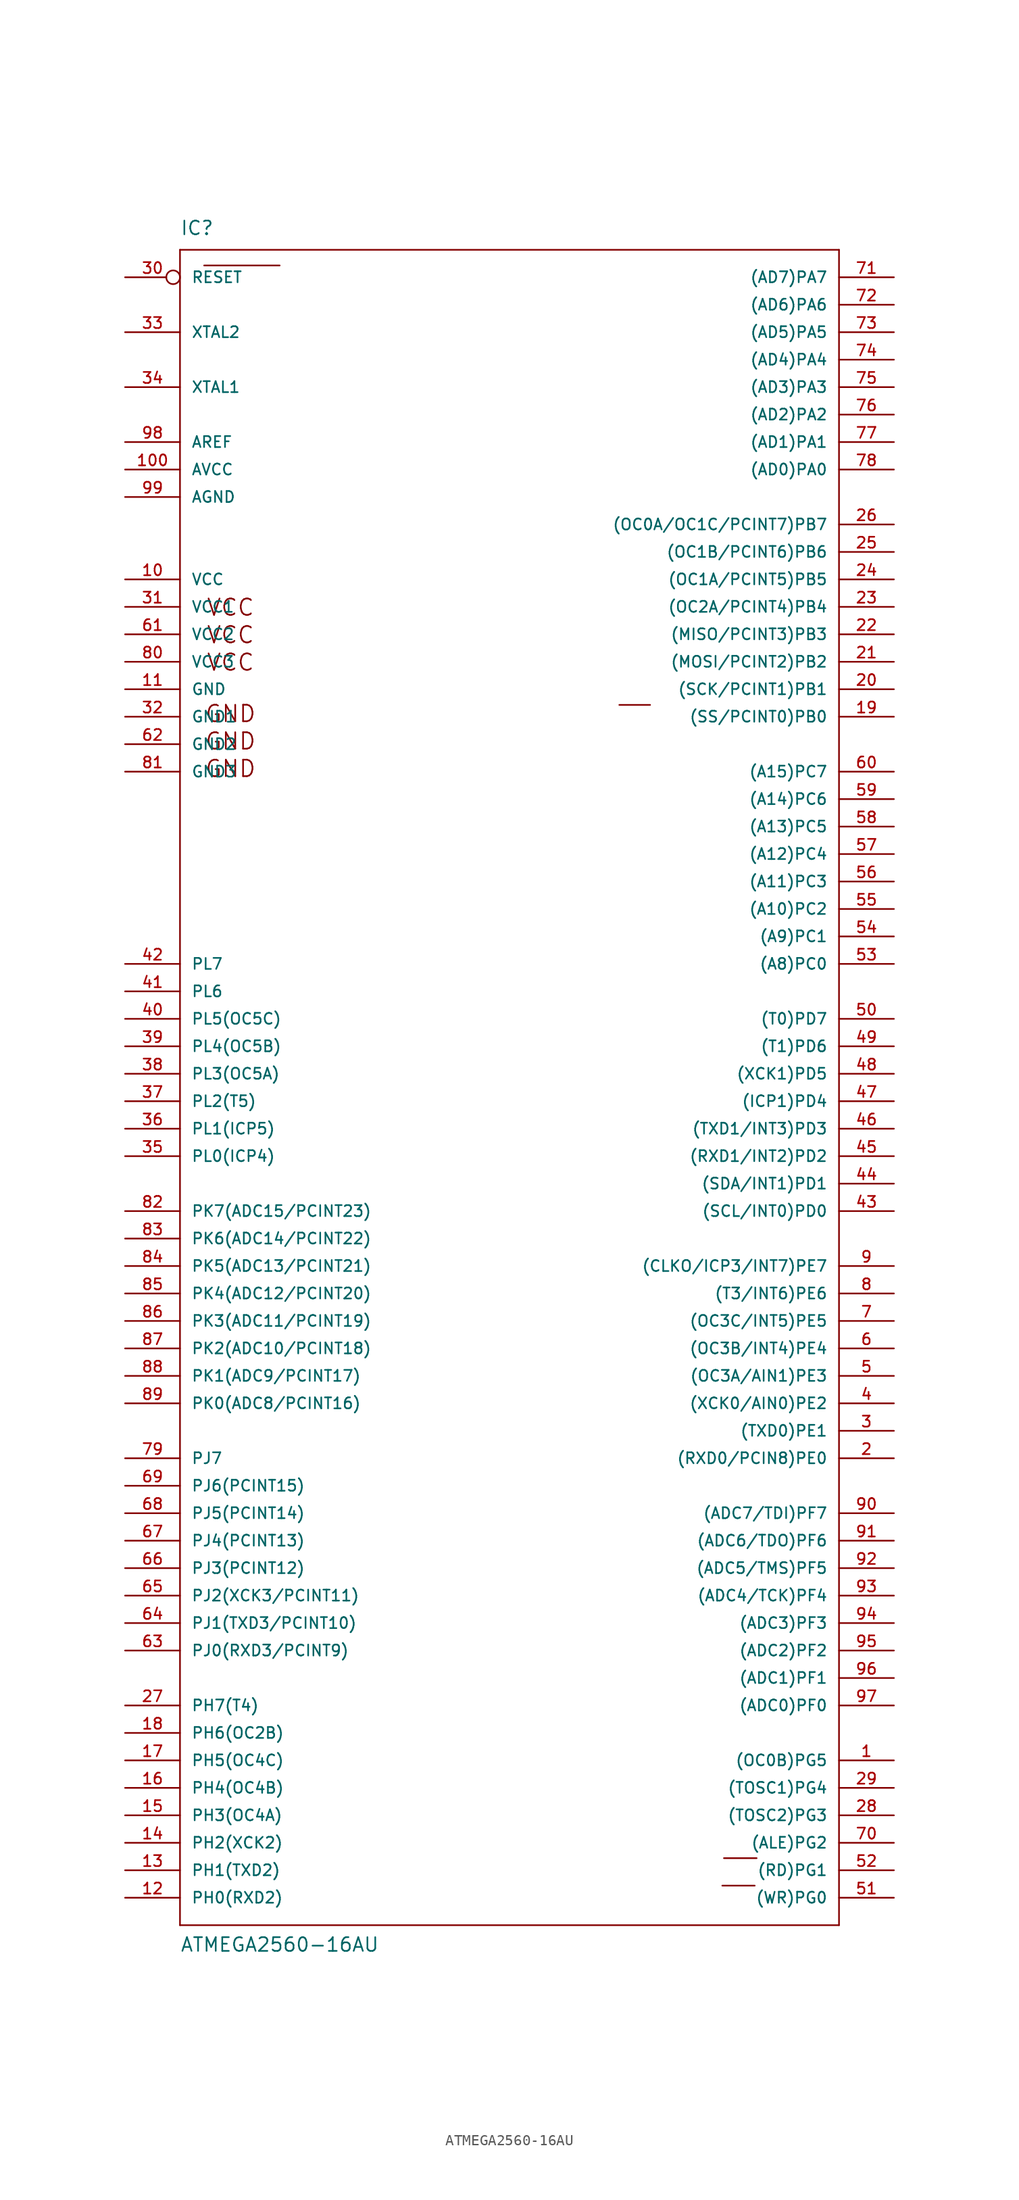
<source format=kicad_sym>
(kicad_symbol_lib
  (version 20220914)
  (generator kicad_symbol_editor)
  (symbol "ATMEGA2560-16AU"
    (pin_names
      (offset 1.016))
    (property "Reference" "IC"
      (at -30.48 80.01 0)
      (effects (font (size 1.27 1.27)) (justify left bottom)))
    (property "Value" "ATMEGA2560-16AU"
      (at -30.48 -78.74 0)
      (effects (font (size 1.27 1.27)) (justify left bottom)))
    (property "Datasheet" ""
      (at 0 0 0)
      (effects (font (size 1.524 1.524))))
    (property "ki_locked" ""
      (at 0 0 0)
      (effects (font (size 1.27 1.27))))
    (symbol "ATMEGA2560-16AU_1_0"
      (polyline (pts (xy -30.48 -76.2) (xy -30.48 78.74)) (stroke (width 0) (type solid)) (fill (type none)))
      (polyline (pts (xy -30.48 78.74) (xy 30.48 78.74)) (stroke (width 0) (type solid)) (fill (type none)))
      (polyline (pts (xy -28.245 77.292) (xy -21.26 77.292)) (stroke (width 0) (type solid)) (fill (type none)))
      (polyline (pts (xy 10.16 36.652) (xy 13.005 36.652)) (stroke (width 0) (type solid)) (fill (type none)))
      (polyline (pts (xy 19.685 -72.542) (xy 22.682 -72.542)) (stroke (width 0) (type solid)) (fill (type none)))
      (polyline (pts (xy 19.837 -70.002) (xy 22.86 -70.002)) (stroke (width 0) (type solid)) (fill (type none)))
      (polyline (pts (xy 30.48 -76.2) (xy -30.48 -76.2)) (stroke (width 0) (type solid)) (fill (type none)))
      (polyline (pts (xy 30.48 78.74) (xy 30.48 -76.2)) (stroke (width 0) (type solid)) (fill (type none)))
      (text "GND" (at -25.806 30.759 0) (effects (font (size 1.524 1.524))))
      (text "GND" (at -25.806 33.299 0) (effects (font (size 1.524 1.524))))
      (text "GND" (at -25.806 35.839 0) (effects (font (size 1.524 1.524))))
      (text "VCC" (at -25.806 40.589 0) (effects (font (size 1.524 1.524))))
      (text "VCC" (at -25.806 43.129 0) (effects (font (size 1.524 1.524))))
      (text "VCC" (at -25.806 45.669 0) (effects (font (size 1.524 1.524)))))
    (symbol "ATMEGA2560-16AU_1_1"
      (pin bidirectional line (at 35.56 -60.96 180) (length 5.08) (name "(OC0B)PG5" (effects (font (size 1.016 1.016)))) (number "1" (effects (font (size 1.016 1.016)))))
      (pin power_in line (at -35.56 48.26 0) (length 5.08) (name "VCC" (effects (font (size 1.016 1.016)))) (number "10" (effects (font (size 1.016 1.016)))))
      (pin power_in line (at -35.56 58.42 0) (length 5.08) (name "AVCC" (effects (font (size 1.016 1.016)))) (number "100" (effects (font (size 1.016 1.016)))))
      (pin power_in line (at -35.56 38.1 0) (length 5.08) (name "GND" (effects (font (size 1.016 1.016)))) (number "11" (effects (font (size 1.016 1.016)))))
      (pin bidirectional line (at -35.56 -73.66 0) (length 5.08) (name "PH0(RXD2)" (effects (font (size 1.016 1.016)))) (number "12" (effects (font (size 1.016 1.016)))))
      (pin bidirectional line (at -35.56 -71.12 0) (length 5.08) (name "PH1(TXD2)" (effects (font (size 1.016 1.016)))) (number "13" (effects (font (size 1.016 1.016)))))
      (pin bidirectional line (at -35.56 -68.58 0) (length 5.08) (name "PH2(XCK2)" (effects (font (size 1.016 1.016)))) (number "14" (effects (font (size 1.016 1.016)))))
      (pin bidirectional line (at -35.56 -66.04 0) (length 5.08) (name "PH3(OC4A)" (effects (font (size 1.016 1.016)))) (number "15" (effects (font (size 1.016 1.016)))))
      (pin bidirectional line (at -35.56 -63.5 0) (length 5.08) (name "PH4(OC4B)" (effects (font (size 1.016 1.016)))) (number "16" (effects (font (size 1.016 1.016)))))
      (pin bidirectional line (at -35.56 -60.96 0) (length 5.08) (name "PH5(OC4C)" (effects (font (size 1.016 1.016)))) (number "17" (effects (font (size 1.016 1.016)))))
      (pin bidirectional line (at -35.56 -58.42 0) (length 5.08) (name "PH6(OC2B)" (effects (font (size 1.016 1.016)))) (number "18" (effects (font (size 1.016 1.016)))))
      (pin bidirectional line (at 35.56 35.56 180) (length 5.08) (name "(SS/PCINT0)PB0" (effects (font (size 1.016 1.016)))) (number "19" (effects (font (size 1.016 1.016)))))
      (pin bidirectional line (at 35.56 -33.02 180) (length 5.08) (name "(RXD0/PCIN8)PE0" (effects (font (size 1.016 1.016)))) (number "2" (effects (font (size 1.016 1.016)))))
      (pin bidirectional line (at 35.56 38.1 180) (length 5.08) (name "(SCK/PCINT1)PB1" (effects (font (size 1.016 1.016)))) (number "20" (effects (font (size 1.016 1.016)))))
      (pin bidirectional line (at 35.56 40.64 180) (length 5.08) (name "(MOSI/PCINT2)PB2" (effects (font (size 1.016 1.016)))) (number "21" (effects (font (size 1.016 1.016)))))
      (pin bidirectional line (at 35.56 43.18 180) (length 5.08) (name "(MISO/PCINT3)PB3" (effects (font (size 1.016 1.016)))) (number "22" (effects (font (size 1.016 1.016)))))
      (pin bidirectional line (at 35.56 45.72 180) (length 5.08) (name "(OC2A/PCINT4)PB4" (effects (font (size 1.016 1.016)))) (number "23" (effects (font (size 1.016 1.016)))))
      (pin bidirectional line (at 35.56 48.26 180) (length 5.08) (name "(OC1A/PCINT5)PB5" (effects (font (size 1.016 1.016)))) (number "24" (effects (font (size 1.016 1.016)))))
      (pin bidirectional line (at 35.56 50.8 180) (length 5.08) (name "(OC1B/PCINT6)PB6" (effects (font (size 1.016 1.016)))) (number "25" (effects (font (size 1.016 1.016)))))
      (pin bidirectional line (at 35.56 53.34 180) (length 5.08) (name "(OC0A/OC1C/PCINT7)PB7" (effects (font (size 1.016 1.016)))) (number "26" (effects (font (size 1.016 1.016)))))
      (pin bidirectional line (at -35.56 -55.88 0) (length 5.08) (name "PH7(T4)" (effects (font (size 1.016 1.016)))) (number "27" (effects (font (size 1.016 1.016)))))
      (pin bidirectional line (at 35.56 -66.04 180) (length 5.08) (name "(TOSC2)PG3" (effects (font (size 1.016 1.016)))) (number "28" (effects (font (size 1.016 1.016)))))
      (pin bidirectional line (at 35.56 -63.5 180) (length 5.08) (name "(TOSC1)PG4" (effects (font (size 1.016 1.016)))) (number "29" (effects (font (size 1.016 1.016)))))
      (pin bidirectional line (at 35.56 -30.48 180) (length 5.08) (name "(TXD0)PE1" (effects (font (size 1.016 1.016)))) (number "3" (effects (font (size 1.016 1.016)))))
      (pin input inverted (at -35.56 76.2 0) (length 5.08) (name "RESET" (effects (font (size 1.016 1.016)))) (number "30" (effects (font (size 1.016 1.016)))))
      (pin power_in line (at -35.56 45.72 0) (length 5.08) (name "VCC1" (effects (font (size 1.016 1.016)))) (number "31" (effects (font (size 1.016 1.016)))))
      (pin power_in line (at -35.56 35.56 0) (length 5.08) (name "GND1" (effects (font (size 1.016 1.016)))) (number "32" (effects (font (size 1.016 1.016)))))
      (pin output line (at -35.56 71.12 0) (length 5.08) (name "XTAL2" (effects (font (size 1.016 1.016)))) (number "33" (effects (font (size 1.016 1.016)))))
      (pin input line (at -35.56 66.04 0) (length 5.08) (name "XTAL1" (effects (font (size 1.016 1.016)))) (number "34" (effects (font (size 1.016 1.016)))))
      (pin bidirectional line (at -35.56 -5.08 0) (length 5.08) (name "PL0(ICP4)" (effects (font (size 1.016 1.016)))) (number "35" (effects (font (size 1.016 1.016)))))
      (pin bidirectional line (at -35.56 -2.54 0) (length 5.08) (name "PL1(ICP5)" (effects (font (size 1.016 1.016)))) (number "36" (effects (font (size 1.016 1.016)))))
      (pin bidirectional line (at -35.56 0 0) (length 5.08) (name "PL2(T5)" (effects (font (size 1.016 1.016)))) (number "37" (effects (font (size 1.016 1.016)))))
      (pin bidirectional line (at -35.56 2.54 0) (length 5.08) (name "PL3(OC5A)" (effects (font (size 1.016 1.016)))) (number "38" (effects (font (size 1.016 1.016)))))
      (pin bidirectional line (at -35.56 5.08 0) (length 5.08) (name "PL4(OC5B)" (effects (font (size 1.016 1.016)))) (number "39" (effects (font (size 1.016 1.016)))))
      (pin bidirectional line (at 35.56 -27.94 180) (length 5.08) (name "(XCK0/AIN0)PE2" (effects (font (size 1.016 1.016)))) (number "4" (effects (font (size 1.016 1.016)))))
      (pin bidirectional line (at -35.56 7.62 0) (length 5.08) (name "PL5(OC5C)" (effects (font (size 1.016 1.016)))) (number "40" (effects (font (size 1.016 1.016)))))
      (pin bidirectional line (at -35.56 10.16 0) (length 5.08) (name "PL6" (effects (font (size 1.016 1.016)))) (number "41" (effects (font (size 1.016 1.016)))))
      (pin bidirectional line (at -35.56 12.7 0) (length 5.08) (name "PL7" (effects (font (size 1.016 1.016)))) (number "42" (effects (font (size 1.016 1.016)))))
      (pin bidirectional line (at 35.56 -10.16 180) (length 5.08) (name "(SCL/INT0)PD0" (effects (font (size 1.016 1.016)))) (number "43" (effects (font (size 1.016 1.016)))))
      (pin bidirectional line (at 35.56 -7.62 180) (length 5.08) (name "(SDA/INT1)PD1" (effects (font (size 1.016 1.016)))) (number "44" (effects (font (size 1.016 1.016)))))
      (pin bidirectional line (at 35.56 -5.08 180) (length 5.08) (name "(RXD1/INT2)PD2" (effects (font (size 1.016 1.016)))) (number "45" (effects (font (size 1.016 1.016)))))
      (pin bidirectional line (at 35.56 -2.54 180) (length 5.08) (name "(TXD1/INT3)PD3" (effects (font (size 1.016 1.016)))) (number "46" (effects (font (size 1.016 1.016)))))
      (pin bidirectional line (at 35.56 0 180) (length 5.08) (name "(ICP1)PD4" (effects (font (size 1.016 1.016)))) (number "47" (effects (font (size 1.016 1.016)))))
      (pin bidirectional line (at 35.56 2.54 180) (length 5.08) (name "(XCK1)PD5" (effects (font (size 1.016 1.016)))) (number "48" (effects (font (size 1.016 1.016)))))
      (pin bidirectional line (at 35.56 5.08 180) (length 5.08) (name "(T1)PD6" (effects (font (size 1.016 1.016)))) (number "49" (effects (font (size 1.016 1.016)))))
      (pin bidirectional line (at 35.56 -25.4 180) (length 5.08) (name "(OC3A/AIN1)PE3" (effects (font (size 1.016 1.016)))) (number "5" (effects (font (size 1.016 1.016)))))
      (pin bidirectional line (at 35.56 7.62 180) (length 5.08) (name "(T0)PD7" (effects (font (size 1.016 1.016)))) (number "50" (effects (font (size 1.016 1.016)))))
      (pin bidirectional line (at 35.56 -73.66 180) (length 5.08) (name "(WR)PG0" (effects (font (size 1.016 1.016)))) (number "51" (effects (font (size 1.016 1.016)))))
      (pin bidirectional line (at 35.56 -71.12 180) (length 5.08) (name "(RD)PG1" (effects (font (size 1.016 1.016)))) (number "52" (effects (font (size 1.016 1.016)))))
      (pin bidirectional line (at 35.56 12.7 180) (length 5.08) (name "(A8)PC0" (effects (font (size 1.016 1.016)))) (number "53" (effects (font (size 1.016 1.016)))))
      (pin bidirectional line (at 35.56 15.24 180) (length 5.08) (name "(A9)PC1" (effects (font (size 1.016 1.016)))) (number "54" (effects (font (size 1.016 1.016)))))
      (pin bidirectional line (at 35.56 17.78 180) (length 5.08) (name "(A10)PC2" (effects (font (size 1.016 1.016)))) (number "55" (effects (font (size 1.016 1.016)))))
      (pin bidirectional line (at 35.56 20.32 180) (length 5.08) (name "(A11)PC3" (effects (font (size 1.016 1.016)))) (number "56" (effects (font (size 1.016 1.016)))))
      (pin bidirectional line (at 35.56 22.86 180) (length 5.08) (name "(A12)PC4" (effects (font (size 1.016 1.016)))) (number "57" (effects (font (size 1.016 1.016)))))
      (pin bidirectional line (at 35.56 25.4 180) (length 5.08) (name "(A13)PC5" (effects (font (size 1.016 1.016)))) (number "58" (effects (font (size 1.016 1.016)))))
      (pin bidirectional line (at 35.56 27.94 180) (length 5.08) (name "(A14)PC6" (effects (font (size 1.016 1.016)))) (number "59" (effects (font (size 1.016 1.016)))))
      (pin bidirectional line (at 35.56 -22.86 180) (length 5.08) (name "(OC3B/INT4)PE4" (effects (font (size 1.016 1.016)))) (number "6" (effects (font (size 1.016 1.016)))))
      (pin bidirectional line (at 35.56 30.48 180) (length 5.08) (name "(A15)PC7" (effects (font (size 1.016 1.016)))) (number "60" (effects (font (size 1.016 1.016)))))
      (pin power_in line (at -35.56 43.18 0) (length 5.08) (name "VCC2" (effects (font (size 1.016 1.016)))) (number "61" (effects (font (size 1.016 1.016)))))
      (pin power_in line (at -35.56 33.02 0) (length 5.08) (name "GND2" (effects (font (size 1.016 1.016)))) (number "62" (effects (font (size 1.016 1.016)))))
      (pin bidirectional line (at -35.56 -50.8 0) (length 5.08) (name "PJ0(RXD3/PCINT9)" (effects (font (size 1.016 1.016)))) (number "63" (effects (font (size 1.016 1.016)))))
      (pin bidirectional line (at -35.56 -48.26 0) (length 5.08) (name "PJ1(TXD3/PCINT10)" (effects (font (size 1.016 1.016)))) (number "64" (effects (font (size 1.016 1.016)))))
      (pin bidirectional line (at -35.56 -45.72 0) (length 5.08) (name "PJ2(XCK3/PCINT11)" (effects (font (size 1.016 1.016)))) (number "65" (effects (font (size 1.016 1.016)))))
      (pin bidirectional line (at -35.56 -43.18 0) (length 5.08) (name "PJ3(PCINT12)" (effects (font (size 1.016 1.016)))) (number "66" (effects (font (size 1.016 1.016)))))
      (pin bidirectional line (at -35.56 -40.64 0) (length 5.08) (name "PJ4(PCINT13)" (effects (font (size 1.016 1.016)))) (number "67" (effects (font (size 1.016 1.016)))))
      (pin bidirectional line (at -35.56 -38.1 0) (length 5.08) (name "PJ5(PCINT14)" (effects (font (size 1.016 1.016)))) (number "68" (effects (font (size 1.016 1.016)))))
      (pin bidirectional line (at -35.56 -35.56 0) (length 5.08) (name "PJ6(PCINT15)" (effects (font (size 1.016 1.016)))) (number "69" (effects (font (size 1.016 1.016)))))
      (pin bidirectional line (at 35.56 -20.32 180) (length 5.08) (name "(OC3C/INT5)PE5" (effects (font (size 1.016 1.016)))) (number "7" (effects (font (size 1.016 1.016)))))
      (pin bidirectional line (at 35.56 -68.58 180) (length 5.08) (name "(ALE)PG2" (effects (font (size 1.016 1.016)))) (number "70" (effects (font (size 1.016 1.016)))))
      (pin bidirectional line (at 35.56 76.2 180) (length 5.08) (name "(AD7)PA7" (effects (font (size 1.016 1.016)))) (number "71" (effects (font (size 1.016 1.016)))))
      (pin bidirectional line (at 35.56 73.66 180) (length 5.08) (name "(AD6)PA6" (effects (font (size 1.016 1.016)))) (number "72" (effects (font (size 1.016 1.016)))))
      (pin bidirectional line (at 35.56 71.12 180) (length 5.08) (name "(AD5)PA5" (effects (font (size 1.016 1.016)))) (number "73" (effects (font (size 1.016 1.016)))))
      (pin bidirectional line (at 35.56 68.58 180) (length 5.08) (name "(AD4)PA4" (effects (font (size 1.016 1.016)))) (number "74" (effects (font (size 1.016 1.016)))))
      (pin bidirectional line (at 35.56 66.04 180) (length 5.08) (name "(AD3)PA3" (effects (font (size 1.016 1.016)))) (number "75" (effects (font (size 1.016 1.016)))))
      (pin bidirectional line (at 35.56 63.5 180) (length 5.08) (name "(AD2)PA2" (effects (font (size 1.016 1.016)))) (number "76" (effects (font (size 1.016 1.016)))))
      (pin bidirectional line (at 35.56 60.96 180) (length 5.08) (name "(AD1)PA1" (effects (font (size 1.016 1.016)))) (number "77" (effects (font (size 1.016 1.016)))))
      (pin bidirectional line (at 35.56 58.42 180) (length 5.08) (name "(AD0)PA0" (effects (font (size 1.016 1.016)))) (number "78" (effects (font (size 1.016 1.016)))))
      (pin bidirectional line (at -35.56 -33.02 0) (length 5.08) (name "PJ7" (effects (font (size 1.016 1.016)))) (number "79" (effects (font (size 1.016 1.016)))))
      (pin bidirectional line (at 35.56 -17.78 180) (length 5.08) (name "(T3/INT6)PE6" (effects (font (size 1.016 1.016)))) (number "8" (effects (font (size 1.016 1.016)))))
      (pin power_in line (at -35.56 40.64 0) (length 5.08) (name "VCC3" (effects (font (size 1.016 1.016)))) (number "80" (effects (font (size 1.016 1.016)))))
      (pin power_in line (at -35.56 30.48 0) (length 5.08) (name "GND3" (effects (font (size 1.016 1.016)))) (number "81" (effects (font (size 1.016 1.016)))))
      (pin bidirectional line (at -35.56 -10.16 0) (length 5.08) (name "PK7(ADC15/PCINT23)" (effects (font (size 1.016 1.016)))) (number "82" (effects (font (size 1.016 1.016)))))
      (pin bidirectional line (at -35.56 -12.7 0) (length 5.08) (name "PK6(ADC14/PCINT22)" (effects (font (size 1.016 1.016)))) (number "83" (effects (font (size 1.016 1.016)))))
      (pin bidirectional line (at -35.56 -15.24 0) (length 5.08) (name "PK5(ADC13/PCINT21)" (effects (font (size 1.016 1.016)))) (number "84" (effects (font (size 1.016 1.016)))))
      (pin bidirectional line (at -35.56 -17.78 0) (length 5.08) (name "PK4(ADC12/PCINT20)" (effects (font (size 1.016 1.016)))) (number "85" (effects (font (size 1.016 1.016)))))
      (pin bidirectional line (at -35.56 -20.32 0) (length 5.08) (name "PK3(ADC11/PCINT19)" (effects (font (size 1.016 1.016)))) (number "86" (effects (font (size 1.016 1.016)))))
      (pin bidirectional line (at -35.56 -22.86 0) (length 5.08) (name "PK2(ADC10/PCINT18)" (effects (font (size 1.016 1.016)))) (number "87" (effects (font (size 1.016 1.016)))))
      (pin bidirectional line (at -35.56 -25.4 0) (length 5.08) (name "PK1(ADC9/PCINT17)" (effects (font (size 1.016 1.016)))) (number "88" (effects (font (size 1.016 1.016)))))
      (pin bidirectional line (at -35.56 -27.94 0) (length 5.08) (name "PK0(ADC8/PCINT16)" (effects (font (size 1.016 1.016)))) (number "89" (effects (font (size 1.016 1.016)))))
      (pin bidirectional line (at 35.56 -15.24 180) (length 5.08) (name "(CLKO/ICP3/INT7)PE7" (effects (font (size 1.016 1.016)))) (number "9" (effects (font (size 1.016 1.016)))))
      (pin bidirectional line (at 35.56 -38.1 180) (length 5.08) (name "(ADC7/TDI)PF7" (effects (font (size 1.016 1.016)))) (number "90" (effects (font (size 1.016 1.016)))))
      (pin bidirectional line (at 35.56 -40.64 180) (length 5.08) (name "(ADC6/TDO)PF6" (effects (font (size 1.016 1.016)))) (number "91" (effects (font (size 1.016 1.016)))))
      (pin bidirectional line (at 35.56 -43.18 180) (length 5.08) (name "(ADC5/TMS)PF5" (effects (font (size 1.016 1.016)))) (number "92" (effects (font (size 1.016 1.016)))))
      (pin bidirectional line (at 35.56 -45.72 180) (length 5.08) (name "(ADC4/TCK)PF4" (effects (font (size 1.016 1.016)))) (number "93" (effects (font (size 1.016 1.016)))))
      (pin bidirectional line (at 35.56 -48.26 180) (length 5.08) (name "(ADC3)PF3" (effects (font (size 1.016 1.016)))) (number "94" (effects (font (size 1.016 1.016)))))
      (pin bidirectional line (at 35.56 -50.8 180) (length 5.08) (name "(ADC2)PF2" (effects (font (size 1.016 1.016)))) (number "95" (effects (font (size 1.016 1.016)))))
      (pin bidirectional line (at 35.56 -53.34 180) (length 5.08) (name "(ADC1)PF1" (effects (font (size 1.016 1.016)))) (number "96" (effects (font (size 1.016 1.016)))))
      (pin bidirectional line (at 35.56 -55.88 180) (length 5.08) (name "(ADC0)PF0" (effects (font (size 1.016 1.016)))) (number "97" (effects (font (size 1.016 1.016)))))
      (pin bidirectional line (at -35.56 60.96 0) (length 5.08) (name "AREF" (effects (font (size 1.016 1.016)))) (number "98" (effects (font (size 1.016 1.016)))))
      (pin power_in line (at -35.56 55.88 0) (length 5.08) (name "AGND" (effects (font (size 1.016 1.016)))) (number "99" (effects (font (size 1.016 1.016))))))))
</source>
